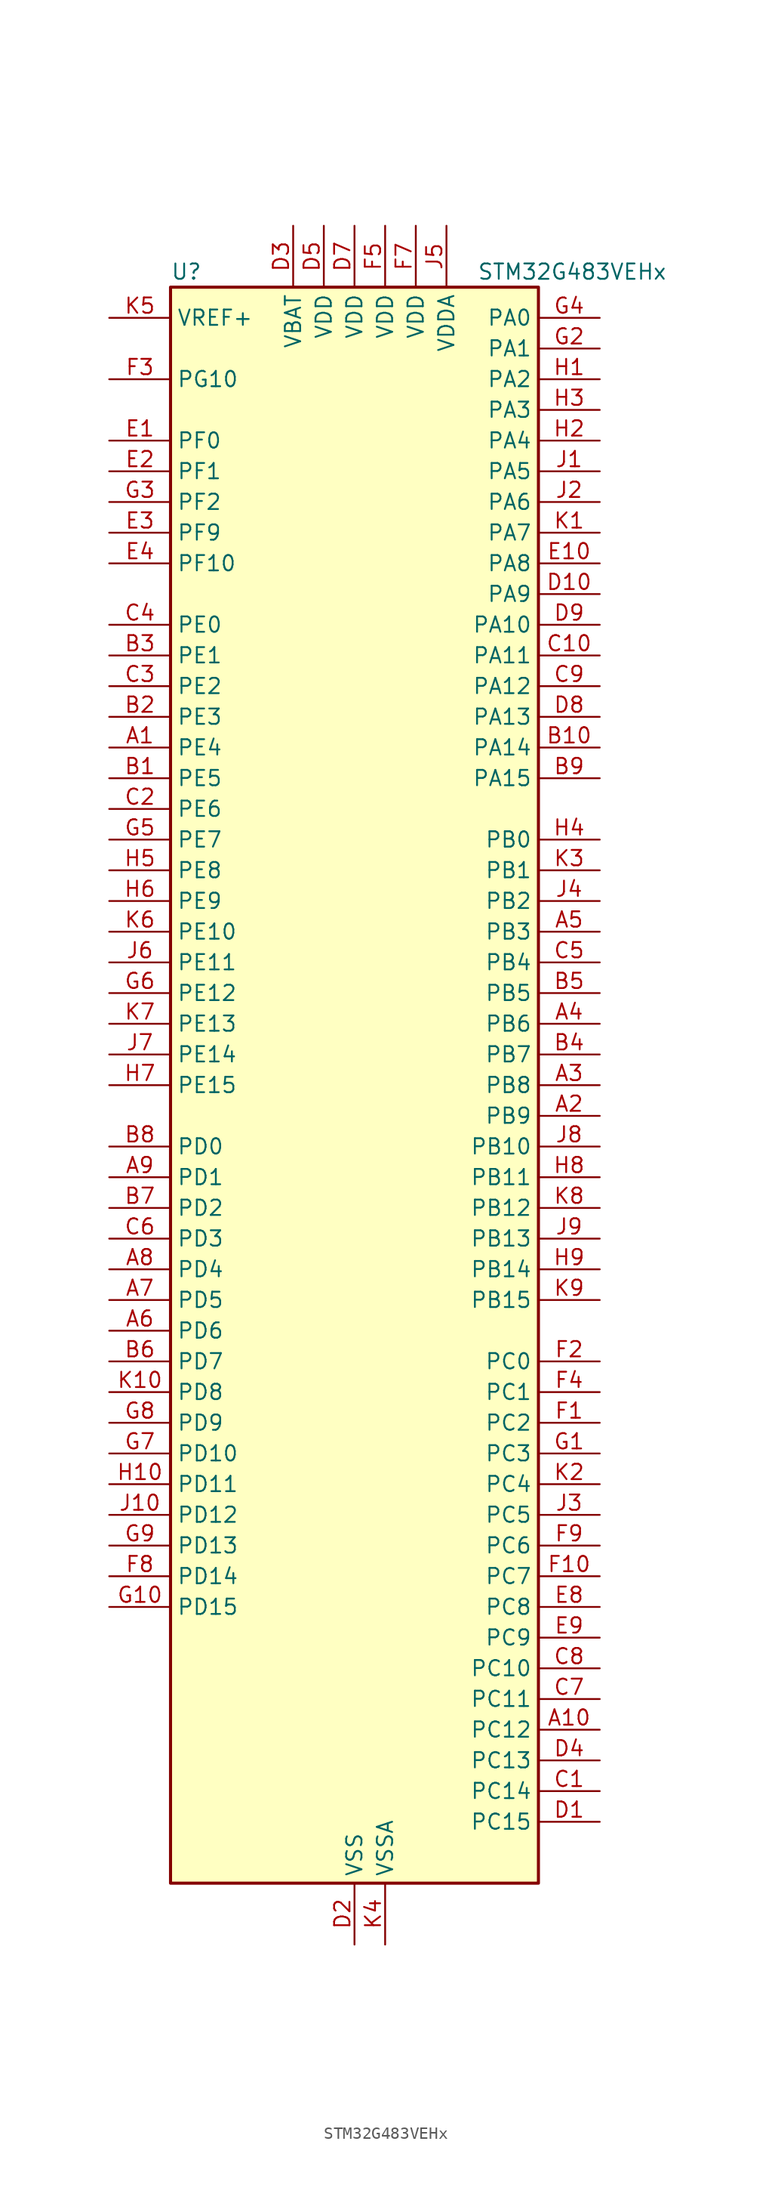
<source format=kicad_sym>
(kicad_symbol_lib
  (version 20220914)
  (generator kicad_symbol_editor)
  (symbol "STM32G483VEHx"
    (property "Reference" "U"
      (at -15.24 67.31 0)
      (effects (font (size 1.27 1.27)) (justify left)))
    (property "Value" "STM32G483VEHx"
      (at 10.16 67.31 0)
      (effects (font (size 1.27 1.27)) (justify left)))
    (property "ki_locked" ""
      (at 0 0 0)
      (effects (font (size 1.27 1.27))))
    (symbol "STM32G483VEHx_0_1"
      (rectangle (start -15.24 -66.04) (end 15.24 66.04) (stroke (width 0.254) (type default)) (fill (type background))))
    (symbol "STM32G483VEHx_1_1"
      (pin bidirectional line (at -20.32 27.94 0) (length 5.08) (name "PE4" (effects (font (size 1.27 1.27)))) (number "A1" (effects (font (size 1.27 1.27)))) (alternate "FMC_A20" bidirectional line) (alternate "SAI1_D2" bidirectional line) (alternate "SAI1_FS_A" bidirectional line) (alternate "SPI4_NSS" bidirectional line) (alternate "SYS_TRACED1" bidirectional line) (alternate "TIM20_CH1N" bidirectional line) (alternate "TIM3_CH3" bidirectional line))
      (pin bidirectional line (at 20.32 -53.34 180) (length 5.08) (name "PC12" (effects (font (size 1.27 1.27)))) (number "A10" (effects (font (size 1.27 1.27)))) (alternate "I2S3_SD" bidirectional line) (alternate "SPI3_MOSI" bidirectional line) (alternate "TIM5_CH2" bidirectional line) (alternate "TIM8_CH3N" bidirectional line) (alternate "UART5_TX" bidirectional line) (alternate "UCPD1_FRSTX1" bidirectional line) (alternate "UCPD1_FRSTX2" bidirectional line) (alternate "USART3_CK" bidirectional line))
      (pin bidirectional line (at 20.32 -2.54 180) (length 5.08) (name "PB9" (effects (font (size 1.27 1.27)))) (number "A2" (effects (font (size 1.27 1.27)))) (alternate "COMP2_OUT" bidirectional line) (alternate "DAC1_EXTI9" bidirectional line) (alternate "DAC2_EXTI9" bidirectional line) (alternate "DAC3_EXTI9" bidirectional line) (alternate "DAC4_EXTI9" bidirectional line) (alternate "FDCAN1_TX" bidirectional line) (alternate "I2C1_SDA" bidirectional line) (alternate "IR_OUT" bidirectional line) (alternate "SAI1_D2" bidirectional line) (alternate "SAI1_FS_A" bidirectional line) (alternate "TIM17_CH1" bidirectional line) (alternate "TIM1_CH3N" bidirectional line) (alternate "TIM4_CH4" bidirectional line) (alternate "TIM8_CH3" bidirectional line) (alternate "USART3_TX" bidirectional line))
      (pin bidirectional line (at 20.32 0 180) (length 5.08) (name "PB8" (effects (font (size 1.27 1.27)))) (number "A3" (effects (font (size 1.27 1.27)))) (alternate "COMP1_OUT" bidirectional line) (alternate "FDCAN1_RX" bidirectional line) (alternate "I2C1_SCL" bidirectional line) (alternate "SAI1_CK1" bidirectional line) (alternate "SAI1_MCLK_A" bidirectional line) (alternate "TIM16_CH1" bidirectional line) (alternate "TIM1_BKIN" bidirectional line) (alternate "TIM4_CH3" bidirectional line) (alternate "TIM8_CH2" bidirectional line) (alternate "USART3_RX" bidirectional line))
      (pin bidirectional line (at 20.32 5.08 180) (length 5.08) (name "PB6" (effects (font (size 1.27 1.27)))) (number "A4" (effects (font (size 1.27 1.27)))) (alternate "COMP4_OUT" bidirectional line) (alternate "FDCAN2_TX" bidirectional line) (alternate "LPTIM1_ETR" bidirectional line) (alternate "SAI1_FS_B" bidirectional line) (alternate "TIM16_CH1N" bidirectional line) (alternate "TIM4_CH1" bidirectional line) (alternate "TIM8_BKIN2" bidirectional line) (alternate "TIM8_CH1" bidirectional line) (alternate "TIM8_ETR" bidirectional line) (alternate "UCPD1_CC1" bidirectional line) (alternate "USART1_TX" bidirectional line))
      (pin bidirectional line (at 20.32 12.7 180) (length 5.08) (name "PB3" (effects (font (size 1.27 1.27)))) (number "A5" (effects (font (size 1.27 1.27)))) (alternate "ADC3_EXTI3" bidirectional line) (alternate "ADC4_EXTI3" bidirectional line) (alternate "ADC5_EXTI3" bidirectional line) (alternate "CRS_SYNC" bidirectional line) (alternate "FDCAN3_RX" bidirectional line) (alternate "I2S3_CK" bidirectional line) (alternate "SAI1_SCK_B" bidirectional line) (alternate "SPI1_SCK" bidirectional line) (alternate "SPI3_SCK" bidirectional line) (alternate "SYS_JTDO-SWO" bidirectional line) (alternate "TIM2_CH2" bidirectional line) (alternate "TIM3_ETR" bidirectional line) (alternate "TIM4_ETR" bidirectional line) (alternate "TIM8_CH1N" bidirectional line) (alternate "USART2_TX" bidirectional line))
      (pin bidirectional line (at -20.32 -20.32 0) (length 5.08) (name "PD6" (effects (font (size 1.27 1.27)))) (number "A6" (effects (font (size 1.27 1.27)))) (alternate "FMC_NWAIT" bidirectional line) (alternate "QUADSPI1_BK2_IO2" bidirectional line) (alternate "SAI1_D1" bidirectional line) (alternate "SAI1_SD_A" bidirectional line) (alternate "TIM2_CH4" bidirectional line) (alternate "USART2_RX" bidirectional line))
      (pin bidirectional line (at -20.32 -17.78 0) (length 5.08) (name "PD5" (effects (font (size 1.27 1.27)))) (number "A7" (effects (font (size 1.27 1.27)))) (alternate "FMC_NWE" bidirectional line) (alternate "QUADSPI1_BK2_IO1" bidirectional line) (alternate "USART2_TX" bidirectional line))
      (pin bidirectional line (at -20.32 -15.24 0) (length 5.08) (name "PD4" (effects (font (size 1.27 1.27)))) (number "A8" (effects (font (size 1.27 1.27)))) (alternate "FMC_NOE" bidirectional line) (alternate "QUADSPI1_BK2_IO0" bidirectional line) (alternate "TIM2_CH2" bidirectional line) (alternate "USART2_DE" bidirectional line) (alternate "USART2_RTS" bidirectional line))
      (pin bidirectional line (at -20.32 -7.62 0) (length 5.08) (name "PD1" (effects (font (size 1.27 1.27)))) (number "A9" (effects (font (size 1.27 1.27)))) (alternate "FDCAN1_TX" bidirectional line) (alternate "FMC_D3" bidirectional line) (alternate "FMC_DA3" bidirectional line) (alternate "TIM8_BKIN2" bidirectional line) (alternate "TIM8_CH4" bidirectional line))
      (pin bidirectional line (at -20.32 25.4 0) (length 5.08) (name "PE5" (effects (font (size 1.27 1.27)))) (number "B1" (effects (font (size 1.27 1.27)))) (alternate "FMC_A21" bidirectional line) (alternate "SAI1_CK2" bidirectional line) (alternate "SAI1_SCK_A" bidirectional line) (alternate "SPI4_MISO" bidirectional line) (alternate "SYS_TRACED2" bidirectional line) (alternate "TIM20_CH2N" bidirectional line) (alternate "TIM3_CH4" bidirectional line))
      (pin bidirectional line (at 20.32 27.94 180) (length 5.08) (name "PA14" (effects (font (size 1.27 1.27)))) (number "B10" (effects (font (size 1.27 1.27)))) (alternate "I2C1_SDA" bidirectional line) (alternate "I2C4_SMBA" bidirectional line) (alternate "LPTIM1_OUT" bidirectional line) (alternate "SAI1_FS_B" bidirectional line) (alternate "SYS_JTCK-SWCLK" bidirectional line) (alternate "TIM1_BKIN" bidirectional line) (alternate "TIM8_CH2" bidirectional line) (alternate "USART2_TX" bidirectional line))
      (pin bidirectional line (at -20.32 30.48 0) (length 5.08) (name "PE3" (effects (font (size 1.27 1.27)))) (number "B2" (effects (font (size 1.27 1.27)))) (alternate "ADC3_EXTI3" bidirectional line) (alternate "ADC4_EXTI3" bidirectional line) (alternate "ADC5_EXTI3" bidirectional line) (alternate "FMC_A19" bidirectional line) (alternate "SAI1_SD_B" bidirectional line) (alternate "SPI4_NSS" bidirectional line) (alternate "SYS_TRACED0" bidirectional line) (alternate "TIM20_CH2" bidirectional line) (alternate "TIM3_CH2" bidirectional line))
      (pin bidirectional line (at -20.32 35.56 0) (length 5.08) (name "PE1" (effects (font (size 1.27 1.27)))) (number "B3" (effects (font (size 1.27 1.27)))) (alternate "FMC_NBL1" bidirectional line) (alternate "TIM17_CH1" bidirectional line) (alternate "TIM20_CH4" bidirectional line) (alternate "USART1_RX" bidirectional line))
      (pin bidirectional line (at 20.32 2.54 180) (length 5.08) (name "PB7" (effects (font (size 1.27 1.27)))) (number "B4" (effects (font (size 1.27 1.27)))) (alternate "COMP3_OUT" bidirectional line) (alternate "FMC_NL" bidirectional line) (alternate "I2C1_SDA" bidirectional line) (alternate "I2C4_SDA" bidirectional line) (alternate "LPTIM1_IN2" bidirectional line) (alternate "SYS_PVD_IN" bidirectional line) (alternate "TIM17_CH1N" bidirectional line) (alternate "TIM3_CH4" bidirectional line) (alternate "TIM4_CH2" bidirectional line) (alternate "TIM8_BKIN" bidirectional line) (alternate "UART4_CTS" bidirectional line) (alternate "USART1_RX" bidirectional line))
      (pin bidirectional line (at 20.32 7.62 180) (length 5.08) (name "PB5" (effects (font (size 1.27 1.27)))) (number "B5" (effects (font (size 1.27 1.27)))) (alternate "FDCAN2_RX" bidirectional line) (alternate "I2C1_SMBA" bidirectional line) (alternate "I2C3_SDA" bidirectional line) (alternate "I2S3_SD" bidirectional line) (alternate "LPTIM1_IN1" bidirectional line) (alternate "SAI1_SD_B" bidirectional line) (alternate "SPI1_MOSI" bidirectional line) (alternate "SPI3_MOSI" bidirectional line) (alternate "TIM16_BKIN" bidirectional line) (alternate "TIM17_CH1" bidirectional line) (alternate "TIM3_CH2" bidirectional line) (alternate "TIM8_CH3N" bidirectional line) (alternate "UART5_CTS" bidirectional line) (alternate "USART2_CK" bidirectional line))
      (pin bidirectional line (at -20.32 -22.86 0) (length 5.08) (name "PD7" (effects (font (size 1.27 1.27)))) (number "B6" (effects (font (size 1.27 1.27)))) (alternate "FMC_NCE" bidirectional line) (alternate "FMC_NE1" bidirectional line) (alternate "QUADSPI1_BK2_IO3" bidirectional line) (alternate "TIM2_CH3" bidirectional line) (alternate "USART2_CK" bidirectional line))
      (pin bidirectional line (at -20.32 -10.16 0) (length 5.08) (name "PD2" (effects (font (size 1.27 1.27)))) (number "B7" (effects (font (size 1.27 1.27)))) (alternate "ADC3_EXTI2" bidirectional line) (alternate "ADC4_EXTI2" bidirectional line) (alternate "ADC5_EXTI2" bidirectional line) (alternate "TIM3_ETR" bidirectional line) (alternate "TIM8_BKIN" bidirectional line) (alternate "UART5_RX" bidirectional line))
      (pin bidirectional line (at -20.32 -5.08 0) (length 5.08) (name "PD0" (effects (font (size 1.27 1.27)))) (number "B8" (effects (font (size 1.27 1.27)))) (alternate "FDCAN1_RX" bidirectional line) (alternate "FMC_D2" bidirectional line) (alternate "FMC_DA2" bidirectional line) (alternate "TIM8_CH4N" bidirectional line))
      (pin bidirectional line (at 20.32 25.4 180) (length 5.08) (name "PA15" (effects (font (size 1.27 1.27)))) (number "B9" (effects (font (size 1.27 1.27)))) (alternate "ADC1_EXTI15" bidirectional line) (alternate "ADC2_EXTI15" bidirectional line) (alternate "FDCAN3_TX" bidirectional line) (alternate "I2C1_SCL" bidirectional line) (alternate "I2S3_WS" bidirectional line) (alternate "SPI1_NSS" bidirectional line) (alternate "SPI3_NSS" bidirectional line) (alternate "SYS_JTDI" bidirectional line) (alternate "TIM1_BKIN" bidirectional line) (alternate "TIM2_CH1" bidirectional line) (alternate "TIM2_ETR" bidirectional line) (alternate "TIM8_CH1" bidirectional line) (alternate "UART4_DE" bidirectional line) (alternate "UART4_RTS" bidirectional line) (alternate "USART2_RX" bidirectional line))
      (pin bidirectional line (at 20.32 -58.42 180) (length 5.08) (name "PC14" (effects (font (size 1.27 1.27)))) (number "C1" (effects (font (size 1.27 1.27)))) (alternate "RCC_OSC32_IN" bidirectional line))
      (pin bidirectional line (at 20.32 35.56 180) (length 5.08) (name "PA11" (effects (font (size 1.27 1.27)))) (number "C10" (effects (font (size 1.27 1.27)))) (alternate "ADC1_EXTI11" bidirectional line) (alternate "ADC2_EXTI11" bidirectional line) (alternate "COMP1_OUT" bidirectional line) (alternate "FDCAN1_RX" bidirectional line) (alternate "I2S2_SD" bidirectional line) (alternate "SPI2_MOSI" bidirectional line) (alternate "TIM1_BKIN2" bidirectional line) (alternate "TIM1_CH1N" bidirectional line) (alternate "TIM1_CH4" bidirectional line) (alternate "TIM4_CH1" bidirectional line) (alternate "USART1_CTS" bidirectional line) (alternate "USART1_NSS" bidirectional line) (alternate "USB_DM" bidirectional line))
      (pin bidirectional line (at -20.32 22.86 0) (length 5.08) (name "PE6" (effects (font (size 1.27 1.27)))) (number "C2" (effects (font (size 1.27 1.27)))) (alternate "FMC_A22" bidirectional line) (alternate "RTC_TAMP3" bidirectional line) (alternate "SAI1_D1" bidirectional line) (alternate "SAI1_SD_A" bidirectional line) (alternate "SPI4_MOSI" bidirectional line) (alternate "SYS_TRACED3" bidirectional line) (alternate "SYS_WKUP3" bidirectional line) (alternate "TIM20_CH3N" bidirectional line))
      (pin bidirectional line (at -20.32 33.02 0) (length 5.08) (name "PE2" (effects (font (size 1.27 1.27)))) (number "C3" (effects (font (size 1.27 1.27)))) (alternate "ADC3_EXTI2" bidirectional line) (alternate "ADC4_EXTI2" bidirectional line) (alternate "ADC5_EXTI2" bidirectional line) (alternate "FMC_A23" bidirectional line) (alternate "SAI1_CK1" bidirectional line) (alternate "SAI1_MCLK_A" bidirectional line) (alternate "SPI4_SCK" bidirectional line) (alternate "SYS_TRACECLK" bidirectional line) (alternate "TIM20_CH1" bidirectional line) (alternate "TIM3_CH1" bidirectional line))
      (pin bidirectional line (at -20.32 38.1 0) (length 5.08) (name "PE0" (effects (font (size 1.27 1.27)))) (number "C4" (effects (font (size 1.27 1.27)))) (alternate "FMC_NBL0" bidirectional line) (alternate "TIM16_CH1" bidirectional line) (alternate "TIM20_CH4N" bidirectional line) (alternate "TIM20_ETR" bidirectional line) (alternate "TIM4_ETR" bidirectional line) (alternate "USART1_TX" bidirectional line))
      (pin bidirectional line (at 20.32 10.16 180) (length 5.08) (name "PB4" (effects (font (size 1.27 1.27)))) (number "C5" (effects (font (size 1.27 1.27)))) (alternate "FDCAN3_TX" bidirectional line) (alternate "SAI1_MCLK_B" bidirectional line) (alternate "SPI1_MISO" bidirectional line) (alternate "SPI3_MISO" bidirectional line) (alternate "SYS_JTRST" bidirectional line) (alternate "TIM16_CH1" bidirectional line) (alternate "TIM17_BKIN" bidirectional line) (alternate "TIM3_CH1" bidirectional line) (alternate "TIM8_CH2N" bidirectional line) (alternate "UART5_DE" bidirectional line) (alternate "UART5_RTS" bidirectional line) (alternate "UCPD1_CC2" bidirectional line) (alternate "USART2_RX" bidirectional line))
      (pin bidirectional line (at -20.32 -12.7 0) (length 5.08) (name "PD3" (effects (font (size 1.27 1.27)))) (number "C6" (effects (font (size 1.27 1.27)))) (alternate "ADC3_EXTI3" bidirectional line) (alternate "ADC4_EXTI3" bidirectional line) (alternate "ADC5_EXTI3" bidirectional line) (alternate "FMC_CLK" bidirectional line) (alternate "QUADSPI1_BK2_NCS" bidirectional line) (alternate "TIM2_CH1" bidirectional line) (alternate "TIM2_ETR" bidirectional line) (alternate "USART2_CTS" bidirectional line) (alternate "USART2_NSS" bidirectional line))
      (pin bidirectional line (at 20.32 -50.8 180) (length 5.08) (name "PC11" (effects (font (size 1.27 1.27)))) (number "C7" (effects (font (size 1.27 1.27)))) (alternate "ADC1_EXTI11" bidirectional line) (alternate "ADC2_EXTI11" bidirectional line) (alternate "I2C3_SDA" bidirectional line) (alternate "SPI3_MISO" bidirectional line) (alternate "TIM8_CH2N" bidirectional line) (alternate "UART4_RX" bidirectional line) (alternate "USART3_RX" bidirectional line))
      (pin bidirectional line (at 20.32 -48.26 180) (length 5.08) (name "PC10" (effects (font (size 1.27 1.27)))) (number "C8" (effects (font (size 1.27 1.27)))) (alternate "DAC1_EXTI10" bidirectional line) (alternate "DAC2_EXTI10" bidirectional line) (alternate "DAC3_EXTI10" bidirectional line) (alternate "DAC4_EXTI10" bidirectional line) (alternate "I2S3_CK" bidirectional line) (alternate "SPI3_SCK" bidirectional line) (alternate "TIM8_CH1N" bidirectional line) (alternate "UART4_TX" bidirectional line) (alternate "USART3_TX" bidirectional line))
      (pin bidirectional line (at 20.32 33.02 180) (length 5.08) (name "PA12" (effects (font (size 1.27 1.27)))) (number "C9" (effects (font (size 1.27 1.27)))) (alternate "COMP2_OUT" bidirectional line) (alternate "FDCAN1_TX" bidirectional line) (alternate "I2S_CKIN" bidirectional line) (alternate "TIM16_CH1" bidirectional line) (alternate "TIM1_CH2N" bidirectional line) (alternate "TIM1_ETR" bidirectional line) (alternate "TIM4_CH2" bidirectional line) (alternate "USART1_DE" bidirectional line) (alternate "USART1_RTS" bidirectional line) (alternate "USB_DP" bidirectional line))
      (pin bidirectional line (at 20.32 -60.96 180) (length 5.08) (name "PC15" (effects (font (size 1.27 1.27)))) (number "D1" (effects (font (size 1.27 1.27)))) (alternate "ADC1_EXTI15" bidirectional line) (alternate "ADC2_EXTI15" bidirectional line) (alternate "RCC_OSC32_OUT" bidirectional line))
      (pin bidirectional line (at 20.32 40.64 180) (length 5.08) (name "PA9" (effects (font (size 1.27 1.27)))) (number "D10" (effects (font (size 1.27 1.27)))) (alternate "ADC5_IN2" bidirectional line) (alternate "COMP5_OUT" bidirectional line) (alternate "DAC1_EXTI9" bidirectional line) (alternate "DAC2_EXTI9" bidirectional line) (alternate "DAC3_EXTI9" bidirectional line) (alternate "DAC4_EXTI9" bidirectional line) (alternate "I2C2_SCL" bidirectional line) (alternate "I2C3_SMBA" bidirectional line) (alternate "I2S3_MCK" bidirectional line) (alternate "SAI1_FS_A" bidirectional line) (alternate "TIM15_BKIN" bidirectional line) (alternate "TIM1_CH2" bidirectional line) (alternate "TIM2_CH3" bidirectional line) (alternate "UCPD1_DBCC1" bidirectional line) (alternate "USART1_TX" bidirectional line))
      (pin power_in line (at 0 -71.12 90) (length 5.08) (name "VSS" (effects (font (size 1.27 1.27)))) (number "D2" (effects (font (size 1.27 1.27)))))
      (pin power_in line (at -5.08 71.12 270) (length 5.08) (name "VBAT" (effects (font (size 1.27 1.27)))) (number "D3" (effects (font (size 1.27 1.27)))))
      (pin bidirectional line (at 20.32 -55.88 180) (length 5.08) (name "PC13" (effects (font (size 1.27 1.27)))) (number "D4" (effects (font (size 1.27 1.27)))) (alternate "RTC_OUT1" bidirectional line) (alternate "RTC_TAMP1" bidirectional line) (alternate "RTC_TS" bidirectional line) (alternate "SYS_WKUP2" bidirectional line) (alternate "TIM1_BKIN" bidirectional line) (alternate "TIM1_CH1N" bidirectional line) (alternate "TIM8_CH4N" bidirectional line))
      (pin power_in line (at -2.54 71.12 270) (length 5.08) (name "VDD" (effects (font (size 1.27 1.27)))) (number "D5" (effects (font (size 1.27 1.27)))))
      (pin passive line (at 0 -71.12 90) (length 5.08) hide (name "VSS" (effects (font (size 1.27 1.27)))) (number "D6" (effects (font (size 1.27 1.27)))))
      (pin power_in line (at 0 71.12 270) (length 5.08) (name "VDD" (effects (font (size 1.27 1.27)))) (number "D7" (effects (font (size 1.27 1.27)))))
      (pin bidirectional line (at 20.32 30.48 180) (length 5.08) (name "PA13" (effects (font (size 1.27 1.27)))) (number "D8" (effects (font (size 1.27 1.27)))) (alternate "I2C1_SCL" bidirectional line) (alternate "I2C4_SCL" bidirectional line) (alternate "IR_OUT" bidirectional line) (alternate "SAI1_SD_B" bidirectional line) (alternate "SYS_JTMS-SWDIO" bidirectional line) (alternate "TIM16_CH1N" bidirectional line) (alternate "TIM4_CH3" bidirectional line) (alternate "USART3_CTS" bidirectional line) (alternate "USART3_NSS" bidirectional line))
      (pin bidirectional line (at 20.32 38.1 180) (length 5.08) (name "PA10" (effects (font (size 1.27 1.27)))) (number "D9" (effects (font (size 1.27 1.27)))) (alternate "COMP6_OUT" bidirectional line) (alternate "CRS_SYNC" bidirectional line) (alternate "DAC1_EXTI10" bidirectional line) (alternate "DAC2_EXTI10" bidirectional line) (alternate "DAC3_EXTI10" bidirectional line) (alternate "DAC4_EXTI10" bidirectional line) (alternate "I2C2_SMBA" bidirectional line) (alternate "SAI1_D1" bidirectional line) (alternate "SAI1_SD_A" bidirectional line) (alternate "SPI2_MISO" bidirectional line) (alternate "TIM17_BKIN" bidirectional line) (alternate "TIM1_CH3" bidirectional line) (alternate "TIM2_CH4" bidirectional line) (alternate "TIM8_BKIN" bidirectional line) (alternate "UCPD1_DBCC2" bidirectional line) (alternate "USART1_RX" bidirectional line))
      (pin bidirectional line (at -20.32 53.34 0) (length 5.08) (name "PF0" (effects (font (size 1.27 1.27)))) (number "E1" (effects (font (size 1.27 1.27)))) (alternate "ADC1_IN10" bidirectional line) (alternate "I2C2_SDA" bidirectional line) (alternate "I2S2_WS" bidirectional line) (alternate "RCC_OSC_IN" bidirectional line) (alternate "SPI2_NSS" bidirectional line) (alternate "TIM1_CH3N" bidirectional line))
      (pin bidirectional line (at 20.32 43.18 180) (length 5.08) (name "PA8" (effects (font (size 1.27 1.27)))) (number "E10" (effects (font (size 1.27 1.27)))) (alternate "ADC5_IN1" bidirectional line) (alternate "COMP7_OUT" bidirectional line) (alternate "FDCAN3_RX" bidirectional line) (alternate "I2C2_SDA" bidirectional line) (alternate "I2C3_SCL" bidirectional line) (alternate "I2S2_MCK" bidirectional line) (alternate "OPAMP5_VOUT" bidirectional line) (alternate "RCC_MCO" bidirectional line) (alternate "SAI1_CK2" bidirectional line) (alternate "SAI1_SCK_A" bidirectional line) (alternate "TIM1_CH1" bidirectional line) (alternate "TIM4_ETR" bidirectional line) (alternate "USART1_CK" bidirectional line))
      (pin bidirectional line (at -20.32 50.8 0) (length 5.08) (name "PF1" (effects (font (size 1.27 1.27)))) (number "E2" (effects (font (size 1.27 1.27)))) (alternate "ADC2_IN10" bidirectional line) (alternate "COMP3_INM" bidirectional line) (alternate "I2S2_CK" bidirectional line) (alternate "RCC_OSC_OUT" bidirectional line) (alternate "SPI2_SCK" bidirectional line))
      (pin bidirectional line (at -20.32 45.72 0) (length 5.08) (name "PF9" (effects (font (size 1.27 1.27)))) (number "E3" (effects (font (size 1.27 1.27)))) (alternate "DAC1_EXTI9" bidirectional line) (alternate "DAC2_EXTI9" bidirectional line) (alternate "DAC3_EXTI9" bidirectional line) (alternate "DAC4_EXTI9" bidirectional line) (alternate "FMC_A25" bidirectional line) (alternate "QUADSPI1_BK1_IO1" bidirectional line) (alternate "SAI1_FS_B" bidirectional line) (alternate "SPI2_SCK" bidirectional line) (alternate "TIM15_CH1" bidirectional line) (alternate "TIM20_BKIN" bidirectional line) (alternate "TIM5_CH4" bidirectional line))
      (pin bidirectional line (at -20.32 43.18 0) (length 5.08) (name "PF10" (effects (font (size 1.27 1.27)))) (number "E4" (effects (font (size 1.27 1.27)))) (alternate "DAC1_EXTI10" bidirectional line) (alternate "DAC2_EXTI10" bidirectional line) (alternate "DAC3_EXTI10" bidirectional line) (alternate "DAC4_EXTI10" bidirectional line) (alternate "FMC_A0" bidirectional line) (alternate "QUADSPI1_CLK" bidirectional line) (alternate "SAI1_D3" bidirectional line) (alternate "SPI2_SCK" bidirectional line) (alternate "TIM15_CH2" bidirectional line) (alternate "TIM20_BKIN2" bidirectional line))
      (pin passive line (at 0 -71.12 90) (length 5.08) hide (name "VSS" (effects (font (size 1.27 1.27)))) (number "E5" (effects (font (size 1.27 1.27)))))
      (pin passive line (at 0 -71.12 90) (length 5.08) hide (name "VSS" (effects (font (size 1.27 1.27)))) (number "E6" (effects (font (size 1.27 1.27)))))
      (pin passive line (at 0 -71.12 90) (length 5.08) hide (name "VSS" (effects (font (size 1.27 1.27)))) (number "E7" (effects (font (size 1.27 1.27)))))
      (pin bidirectional line (at 20.32 -43.18 180) (length 5.08) (name "PC8" (effects (font (size 1.27 1.27)))) (number "E8" (effects (font (size 1.27 1.27)))) (alternate "COMP7_OUT" bidirectional line) (alternate "I2C3_SCL" bidirectional line) (alternate "TIM20_CH3" bidirectional line) (alternate "TIM3_CH3" bidirectional line) (alternate "TIM8_CH3" bidirectional line))
      (pin bidirectional line (at 20.32 -45.72 180) (length 5.08) (name "PC9" (effects (font (size 1.27 1.27)))) (number "E9" (effects (font (size 1.27 1.27)))) (alternate "DAC1_EXTI9" bidirectional line) (alternate "DAC2_EXTI9" bidirectional line) (alternate "DAC3_EXTI9" bidirectional line) (alternate "DAC4_EXTI9" bidirectional line) (alternate "I2C3_SDA" bidirectional line) (alternate "I2S_CKIN" bidirectional line) (alternate "TIM3_CH4" bidirectional line) (alternate "TIM8_BKIN2" bidirectional line) (alternate "TIM8_CH4" bidirectional line))
      (pin bidirectional line (at 20.32 -27.94 180) (length 5.08) (name "PC2" (effects (font (size 1.27 1.27)))) (number "F1" (effects (font (size 1.27 1.27)))) (alternate "ADC1_IN8" bidirectional line) (alternate "ADC2_IN8" bidirectional line) (alternate "ADC3_EXTI2" bidirectional line) (alternate "ADC4_EXTI2" bidirectional line) (alternate "ADC5_EXTI2" bidirectional line) (alternate "COMP3_OUT" bidirectional line) (alternate "LPTIM1_IN2" bidirectional line) (alternate "QUADSPI1_BK2_IO1" bidirectional line) (alternate "TIM1_CH3" bidirectional line) (alternate "TIM20_CH2" bidirectional line))
      (pin bidirectional line (at 20.32 -40.64 180) (length 5.08) (name "PC7" (effects (font (size 1.27 1.27)))) (number "F10" (effects (font (size 1.27 1.27)))) (alternate "COMP5_OUT" bidirectional line) (alternate "I2C4_SDA" bidirectional line) (alternate "I2S3_MCK" bidirectional line) (alternate "TIM3_CH2" bidirectional line) (alternate "TIM8_CH2" bidirectional line))
      (pin bidirectional line (at 20.32 -22.86 180) (length 5.08) (name "PC0" (effects (font (size 1.27 1.27)))) (number "F2" (effects (font (size 1.27 1.27)))) (alternate "ADC1_IN6" bidirectional line) (alternate "ADC2_IN6" bidirectional line) (alternate "COMP3_INM" bidirectional line) (alternate "LPTIM1_IN1" bidirectional line) (alternate "LPUART1_RX" bidirectional line) (alternate "TIM1_CH1" bidirectional line))
      (pin bidirectional line (at -20.32 58.42 0) (length 5.08) (name "PG10" (effects (font (size 1.27 1.27)))) (number "F3" (effects (font (size 1.27 1.27)))) (alternate "DAC1_EXTI10" bidirectional line) (alternate "DAC2_EXTI10" bidirectional line) (alternate "DAC3_EXTI10" bidirectional line) (alternate "DAC4_EXTI10" bidirectional line) (alternate "RCC_MCO" bidirectional line))
      (pin bidirectional line (at 20.32 -25.4 180) (length 5.08) (name "PC1" (effects (font (size 1.27 1.27)))) (number "F4" (effects (font (size 1.27 1.27)))) (alternate "ADC1_IN7" bidirectional line) (alternate "ADC2_IN7" bidirectional line) (alternate "COMP3_INP" bidirectional line) (alternate "LPTIM1_OUT" bidirectional line) (alternate "LPUART1_TX" bidirectional line) (alternate "QUADSPI1_BK2_IO0" bidirectional line) (alternate "SAI1_SD_A" bidirectional line) (alternate "TIM1_CH2" bidirectional line))
      (pin power_in line (at 2.54 71.12 270) (length 5.08) (name "VDD" (effects (font (size 1.27 1.27)))) (number "F5" (effects (font (size 1.27 1.27)))))
      (pin passive line (at 0 -71.12 90) (length 5.08) hide (name "VSS" (effects (font (size 1.27 1.27)))) (number "F6" (effects (font (size 1.27 1.27)))))
      (pin power_in line (at 5.08 71.12 270) (length 5.08) (name "VDD" (effects (font (size 1.27 1.27)))) (number "F7" (effects (font (size 1.27 1.27)))))
      (pin bidirectional line (at -20.32 -40.64 0) (length 5.08) (name "PD14" (effects (font (size 1.27 1.27)))) (number "F8" (effects (font (size 1.27 1.27)))) (alternate "ADC3_IN11" bidirectional line) (alternate "ADC4_IN11" bidirectional line) (alternate "ADC5_IN11" bidirectional line) (alternate "COMP7_INP" bidirectional line) (alternate "FMC_D0" bidirectional line) (alternate "FMC_DA0" bidirectional line) (alternate "OPAMP2_VINP" bidirectional line) (alternate "OPAMP2_VINP_SEC" bidirectional line) (alternate "TIM4_CH3" bidirectional line))
      (pin bidirectional line (at 20.32 -38.1 180) (length 5.08) (name "PC6" (effects (font (size 1.27 1.27)))) (number "F9" (effects (font (size 1.27 1.27)))) (alternate "COMP6_OUT" bidirectional line) (alternate "I2C4_SCL" bidirectional line) (alternate "I2S2_MCK" bidirectional line) (alternate "TIM3_CH1" bidirectional line) (alternate "TIM8_CH1" bidirectional line))
      (pin bidirectional line (at 20.32 -30.48 180) (length 5.08) (name "PC3" (effects (font (size 1.27 1.27)))) (number "G1" (effects (font (size 1.27 1.27)))) (alternate "ADC1_IN9" bidirectional line) (alternate "ADC2_IN9" bidirectional line) (alternate "ADC3_EXTI3" bidirectional line) (alternate "ADC4_EXTI3" bidirectional line) (alternate "ADC5_EXTI3" bidirectional line) (alternate "LPTIM1_ETR" bidirectional line) (alternate "OPAMP5_VINP" bidirectional line) (alternate "OPAMP5_VINP_SEC" bidirectional line) (alternate "QUADSPI1_BK2_IO2" bidirectional line) (alternate "SAI1_D1" bidirectional line) (alternate "SAI1_SD_A" bidirectional line) (alternate "TIM1_BKIN2" bidirectional line) (alternate "TIM1_CH4" bidirectional line))
      (pin bidirectional line (at -20.32 -43.18 0) (length 5.08) (name "PD15" (effects (font (size 1.27 1.27)))) (number "G10" (effects (font (size 1.27 1.27)))) (alternate "ADC1_EXTI15" bidirectional line) (alternate "ADC2_EXTI15" bidirectional line) (alternate "COMP7_INM" bidirectional line) (alternate "FMC_D1" bidirectional line) (alternate "FMC_DA1" bidirectional line) (alternate "SPI2_NSS" bidirectional line) (alternate "TIM4_CH4" bidirectional line))
      (pin bidirectional line (at 20.32 60.96 180) (length 5.08) (name "PA1" (effects (font (size 1.27 1.27)))) (number "G2" (effects (font (size 1.27 1.27)))) (alternate "ADC1_IN2" bidirectional line) (alternate "ADC2_IN2" bidirectional line) (alternate "COMP1_INP" bidirectional line) (alternate "OPAMP1_VINP" bidirectional line) (alternate "OPAMP1_VINP_SEC" bidirectional line) (alternate "OPAMP3_VINP" bidirectional line) (alternate "OPAMP3_VINP_SEC" bidirectional line) (alternate "OPAMP6_VINM" bidirectional line) (alternate "OPAMP6_VINM0" bidirectional line) (alternate "OPAMP6_VINM_SEC" bidirectional line) (alternate "RTC_REFIN" bidirectional line) (alternate "TIM15_CH1N" bidirectional line) (alternate "TIM2_CH2" bidirectional line) (alternate "TIM5_CH2" bidirectional line) (alternate "USART2_DE" bidirectional line) (alternate "USART2_RTS" bidirectional line))
      (pin bidirectional line (at -20.32 48.26 0) (length 5.08) (name "PF2" (effects (font (size 1.27 1.27)))) (number "G3" (effects (font (size 1.27 1.27)))) (alternate "ADC3_EXTI2" bidirectional line) (alternate "ADC4_EXTI2" bidirectional line) (alternate "ADC5_EXTI2" bidirectional line) (alternate "FMC_A2" bidirectional line) (alternate "I2C2_SMBA" bidirectional line) (alternate "TIM20_CH3" bidirectional line))
      (pin bidirectional line (at 20.32 63.5 180) (length 5.08) (name "PA0" (effects (font (size 1.27 1.27)))) (number "G4" (effects (font (size 1.27 1.27)))) (alternate "ADC1_IN1" bidirectional line) (alternate "ADC2_IN1" bidirectional line) (alternate "COMP1_INM" bidirectional line) (alternate "COMP1_OUT" bidirectional line) (alternate "COMP3_INP" bidirectional line) (alternate "RTC_TAMP2" bidirectional line) (alternate "SYS_WKUP1" bidirectional line) (alternate "TIM2_CH1" bidirectional line) (alternate "TIM2_ETR" bidirectional line) (alternate "TIM5_CH1" bidirectional line) (alternate "TIM8_BKIN" bidirectional line) (alternate "TIM8_ETR" bidirectional line) (alternate "USART2_CTS" bidirectional line) (alternate "USART2_NSS" bidirectional line))
      (pin bidirectional line (at -20.32 20.32 0) (length 5.08) (name "PE7" (effects (font (size 1.27 1.27)))) (number "G5" (effects (font (size 1.27 1.27)))) (alternate "ADC3_IN4" bidirectional line) (alternate "COMP4_INP" bidirectional line) (alternate "FMC_D4" bidirectional line) (alternate "FMC_DA4" bidirectional line) (alternate "SAI1_SD_B" bidirectional line) (alternate "TIM1_ETR" bidirectional line))
      (pin bidirectional line (at -20.32 7.62 0) (length 5.08) (name "PE12" (effects (font (size 1.27 1.27)))) (number "G6" (effects (font (size 1.27 1.27)))) (alternate "ADC3_IN16" bidirectional line) (alternate "ADC4_IN16" bidirectional line) (alternate "ADC5_IN16" bidirectional line) (alternate "FMC_D9" bidirectional line) (alternate "FMC_DA9" bidirectional line) (alternate "QUADSPI1_BK1_IO0" bidirectional line) (alternate "SPI4_SCK" bidirectional line) (alternate "TIM1_CH3N" bidirectional line))
      (pin bidirectional line (at -20.32 -30.48 0) (length 5.08) (name "PD10" (effects (font (size 1.27 1.27)))) (number "G7" (effects (font (size 1.27 1.27)))) (alternate "ADC3_IN7" bidirectional line) (alternate "ADC4_IN7" bidirectional line) (alternate "ADC5_IN7" bidirectional line) (alternate "COMP6_INM" bidirectional line) (alternate "DAC1_EXTI10" bidirectional line) (alternate "DAC2_EXTI10" bidirectional line) (alternate "DAC3_EXTI10" bidirectional line) (alternate "DAC4_EXTI10" bidirectional line) (alternate "FMC_D15" bidirectional line) (alternate "FMC_DA15" bidirectional line) (alternate "USART3_CK" bidirectional line))
      (pin bidirectional line (at -20.32 -27.94 0) (length 5.08) (name "PD9" (effects (font (size 1.27 1.27)))) (number "G8" (effects (font (size 1.27 1.27)))) (alternate "ADC4_IN13" bidirectional line) (alternate "ADC5_IN13" bidirectional line) (alternate "DAC1_EXTI9" bidirectional line) (alternate "DAC2_EXTI9" bidirectional line) (alternate "DAC3_EXTI9" bidirectional line) (alternate "DAC4_EXTI9" bidirectional line) (alternate "FMC_D14" bidirectional line) (alternate "FMC_DA14" bidirectional line) (alternate "OPAMP6_VINP" bidirectional line) (alternate "OPAMP6_VINP_SEC" bidirectional line) (alternate "USART3_RX" bidirectional line))
      (pin bidirectional line (at -20.32 -38.1 0) (length 5.08) (name "PD13" (effects (font (size 1.27 1.27)))) (number "G9" (effects (font (size 1.27 1.27)))) (alternate "ADC3_IN10" bidirectional line) (alternate "ADC4_IN10" bidirectional line) (alternate "ADC5_IN10" bidirectional line) (alternate "COMP5_INM" bidirectional line) (alternate "FMC_A18" bidirectional line) (alternate "TIM4_CH2" bidirectional line))
      (pin bidirectional line (at 20.32 58.42 180) (length 5.08) (name "PA2" (effects (font (size 1.27 1.27)))) (number "H1" (effects (font (size 1.27 1.27)))) (alternate "ADC1_IN3" bidirectional line) (alternate "ADC3_EXTI2" bidirectional line) (alternate "ADC4_EXTI2" bidirectional line) (alternate "ADC5_EXTI2" bidirectional line) (alternate "COMP2_INM" bidirectional line) (alternate "COMP2_OUT" bidirectional line) (alternate "LPUART1_TX" bidirectional line) (alternate "OPAMP1_VOUT" bidirectional line) (alternate "QUADSPI1_BK1_NCS" bidirectional line) (alternate "RCC_LSCO" bidirectional line) (alternate "SYS_WKUP4" bidirectional line) (alternate "TIM15_CH1" bidirectional line) (alternate "TIM2_CH3" bidirectional line) (alternate "TIM5_CH3" bidirectional line) (alternate "UCPD1_FRSTX1" bidirectional line) (alternate "UCPD1_FRSTX2" bidirectional line) (alternate "USART2_TX" bidirectional line))
      (pin bidirectional line (at -20.32 -33.02 0) (length 5.08) (name "PD11" (effects (font (size 1.27 1.27)))) (number "H10" (effects (font (size 1.27 1.27)))) (alternate "ADC1_EXTI11" bidirectional line) (alternate "ADC2_EXTI11" bidirectional line) (alternate "ADC3_IN8" bidirectional line) (alternate "ADC4_IN8" bidirectional line) (alternate "ADC5_IN8" bidirectional line) (alternate "COMP6_INP" bidirectional line) (alternate "FMC_A16" bidirectional line) (alternate "FMC_CLE" bidirectional line) (alternate "I2C4_SMBA" bidirectional line) (alternate "OPAMP4_VINP" bidirectional line) (alternate "OPAMP4_VINP_SEC" bidirectional line) (alternate "TIM5_ETR" bidirectional line) (alternate "USART3_CTS" bidirectional line) (alternate "USART3_NSS" bidirectional line))
      (pin bidirectional line (at 20.32 53.34 180) (length 5.08) (name "PA4" (effects (font (size 1.27 1.27)))) (number "H2" (effects (font (size 1.27 1.27)))) (alternate "ADC2_IN17" bidirectional line) (alternate "COMP1_INM" bidirectional line) (alternate "DAC1_OUT1" bidirectional line) (alternate "I2S3_WS" bidirectional line) (alternate "SAI1_FS_B" bidirectional line) (alternate "SPI1_NSS" bidirectional line) (alternate "SPI3_NSS" bidirectional line) (alternate "TIM3_CH2" bidirectional line) (alternate "USART2_CK" bidirectional line))
      (pin bidirectional line (at 20.32 55.88 180) (length 5.08) (name "PA3" (effects (font (size 1.27 1.27)))) (number "H3" (effects (font (size 1.27 1.27)))) (alternate "ADC1_IN4" bidirectional line) (alternate "ADC3_EXTI3" bidirectional line) (alternate "ADC4_EXTI3" bidirectional line) (alternate "ADC5_EXTI3" bidirectional line) (alternate "COMP2_INP" bidirectional line) (alternate "LPUART1_RX" bidirectional line) (alternate "OPAMP1_VINM" bidirectional line) (alternate "OPAMP1_VINM0" bidirectional line) (alternate "OPAMP1_VINM_SEC" bidirectional line) (alternate "OPAMP1_VINP" bidirectional line) (alternate "OPAMP1_VINP_SEC" bidirectional line) (alternate "OPAMP5_VINM" bidirectional line) (alternate "OPAMP5_VINM1" bidirectional line) (alternate "OPAMP5_VINM_SEC" bidirectional line) (alternate "QUADSPI1_CLK" bidirectional line) (alternate "SAI1_CK1" bidirectional line) (alternate "SAI1_MCLK_A" bidirectional line) (alternate "TIM15_CH2" bidirectional line) (alternate "TIM2_CH4" bidirectional line) (alternate "TIM5_CH4" bidirectional line) (alternate "USART2_RX" bidirectional line))
      (pin bidirectional line (at 20.32 20.32 180) (length 5.08) (name "PB0" (effects (font (size 1.27 1.27)))) (number "H4" (effects (font (size 1.27 1.27)))) (alternate "ADC1_IN15" bidirectional line) (alternate "ADC3_IN12" bidirectional line) (alternate "COMP4_INP" bidirectional line) (alternate "OPAMP2_VINP" bidirectional line) (alternate "OPAMP2_VINP_SEC" bidirectional line) (alternate "OPAMP3_VINP" bidirectional line) (alternate "OPAMP3_VINP_SEC" bidirectional line) (alternate "QUADSPI1_BK1_IO1" bidirectional line) (alternate "TIM1_CH2N" bidirectional line) (alternate "TIM3_CH3" bidirectional line) (alternate "TIM8_CH2N" bidirectional line) (alternate "UCPD1_FRSTX1" bidirectional line) (alternate "UCPD1_FRSTX2" bidirectional line))
      (pin bidirectional line (at -20.32 17.78 0) (length 5.08) (name "PE8" (effects (font (size 1.27 1.27)))) (number "H5" (effects (font (size 1.27 1.27)))) (alternate "ADC3_IN6" bidirectional line) (alternate "ADC4_IN6" bidirectional line) (alternate "ADC5_IN6" bidirectional line) (alternate "COMP4_INM" bidirectional line) (alternate "FMC_D5" bidirectional line) (alternate "FMC_DA5" bidirectional line) (alternate "SAI1_SCK_B" bidirectional line) (alternate "TIM1_CH1N" bidirectional line) (alternate "TIM5_CH3" bidirectional line))
      (pin bidirectional line (at -20.32 15.24 0) (length 5.08) (name "PE9" (effects (font (size 1.27 1.27)))) (number "H6" (effects (font (size 1.27 1.27)))) (alternate "ADC3_IN2" bidirectional line) (alternate "DAC1_EXTI9" bidirectional line) (alternate "DAC2_EXTI9" bidirectional line) (alternate "DAC3_EXTI9" bidirectional line) (alternate "DAC4_EXTI9" bidirectional line) (alternate "FMC_D6" bidirectional line) (alternate "FMC_DA6" bidirectional line) (alternate "SAI1_FS_B" bidirectional line) (alternate "TIM1_CH1" bidirectional line) (alternate "TIM5_CH4" bidirectional line))
      (pin bidirectional line (at -20.32 0 0) (length 5.08) (name "PE15" (effects (font (size 1.27 1.27)))) (number "H7" (effects (font (size 1.27 1.27)))) (alternate "ADC1_EXTI15" bidirectional line) (alternate "ADC2_EXTI15" bidirectional line) (alternate "ADC4_IN2" bidirectional line) (alternate "FMC_D12" bidirectional line) (alternate "FMC_DA12" bidirectional line) (alternate "QUADSPI1_BK1_IO3" bidirectional line) (alternate "TIM1_BKIN" bidirectional line) (alternate "TIM1_CH4N" bidirectional line) (alternate "USART3_RX" bidirectional line))
      (pin bidirectional line (at 20.32 -7.62 180) (length 5.08) (name "PB11" (effects (font (size 1.27 1.27)))) (number "H8" (effects (font (size 1.27 1.27)))) (alternate "ADC1_EXTI11" bidirectional line) (alternate "ADC1_IN14" bidirectional line) (alternate "ADC2_EXTI11" bidirectional line) (alternate "ADC2_IN14" bidirectional line) (alternate "COMP6_INP" bidirectional line) (alternate "LPUART1_TX" bidirectional line) (alternate "OPAMP4_VINP" bidirectional line) (alternate "OPAMP4_VINP_SEC" bidirectional line) (alternate "OPAMP6_VOUT" bidirectional line) (alternate "QUADSPI1_BK1_NCS" bidirectional line) (alternate "TIM2_CH4" bidirectional line) (alternate "USART3_RX" bidirectional line))
      (pin bidirectional line (at 20.32 -15.24 180) (length 5.08) (name "PB14" (effects (font (size 1.27 1.27)))) (number "H9" (effects (font (size 1.27 1.27)))) (alternate "ADC1_IN5" bidirectional line) (alternate "ADC4_IN4" bidirectional line) (alternate "COMP4_OUT" bidirectional line) (alternate "COMP7_INP" bidirectional line) (alternate "OPAMP2_VINP" bidirectional line) (alternate "OPAMP2_VINP_SEC" bidirectional line) (alternate "OPAMP5_VINP" bidirectional line) (alternate "OPAMP5_VINP_SEC" bidirectional line) (alternate "SPI2_MISO" bidirectional line) (alternate "TIM15_CH1" bidirectional line) (alternate "TIM1_CH2N" bidirectional line) (alternate "USART3_DE" bidirectional line) (alternate "USART3_RTS" bidirectional line))
      (pin bidirectional line (at 20.32 50.8 180) (length 5.08) (name "PA5" (effects (font (size 1.27 1.27)))) (number "J1" (effects (font (size 1.27 1.27)))) (alternate "ADC2_IN13" bidirectional line) (alternate "COMP2_INM" bidirectional line) (alternate "DAC1_OUT2" bidirectional line) (alternate "OPAMP2_VINM" bidirectional line) (alternate "OPAMP2_VINM0" bidirectional line) (alternate "OPAMP2_VINM_SEC" bidirectional line) (alternate "SPI1_SCK" bidirectional line) (alternate "TIM2_CH1" bidirectional line) (alternate "TIM2_ETR" bidirectional line) (alternate "UCPD1_FRSTX1" bidirectional line) (alternate "UCPD1_FRSTX2" bidirectional line))
      (pin bidirectional line (at -20.32 -35.56 0) (length 5.08) (name "PD12" (effects (font (size 1.27 1.27)))) (number "J10" (effects (font (size 1.27 1.27)))) (alternate "ADC3_IN9" bidirectional line) (alternate "ADC4_IN9" bidirectional line) (alternate "ADC5_IN9" bidirectional line) (alternate "COMP5_INP" bidirectional line) (alternate "FMC_A17" bidirectional line) (alternate "FMC_ALE" bidirectional line) (alternate "OPAMP5_VINP" bidirectional line) (alternate "OPAMP5_VINP_SEC" bidirectional line) (alternate "TIM4_CH1" bidirectional line) (alternate "USART3_DE" bidirectional line) (alternate "USART3_RTS" bidirectional line))
      (pin bidirectional line (at 20.32 48.26 180) (length 5.08) (name "PA6" (effects (font (size 1.27 1.27)))) (number "J2" (effects (font (size 1.27 1.27)))) (alternate "ADC2_IN3" bidirectional line) (alternate "COMP1_OUT" bidirectional line) (alternate "DAC2_OUT1" bidirectional line) (alternate "LPUART1_CTS" bidirectional line) (alternate "OPAMP2_VOUT" bidirectional line) (alternate "QUADSPI1_BK1_IO3" bidirectional line) (alternate "SPI1_MISO" bidirectional line) (alternate "TIM16_CH1" bidirectional line) (alternate "TIM1_BKIN" bidirectional line) (alternate "TIM3_CH1" bidirectional line) (alternate "TIM8_BKIN" bidirectional line))
      (pin bidirectional line (at 20.32 -35.56 180) (length 5.08) (name "PC5" (effects (font (size 1.27 1.27)))) (number "J3" (effects (font (size 1.27 1.27)))) (alternate "ADC2_IN11" bidirectional line) (alternate "OPAMP1_VINM" bidirectional line) (alternate "OPAMP1_VINM1" bidirectional line) (alternate "OPAMP1_VINM_SEC" bidirectional line) (alternate "OPAMP2_VINM" bidirectional line) (alternate "OPAMP2_VINM1" bidirectional line) (alternate "OPAMP2_VINM_SEC" bidirectional line) (alternate "SAI1_D3" bidirectional line) (alternate "SYS_WKUP5" bidirectional line) (alternate "TIM15_BKIN" bidirectional line) (alternate "TIM1_CH4N" bidirectional line) (alternate "USART1_RX" bidirectional line))
      (pin bidirectional line (at 20.32 15.24 180) (length 5.08) (name "PB2" (effects (font (size 1.27 1.27)))) (number "J4" (effects (font (size 1.27 1.27)))) (alternate "ADC2_IN12" bidirectional line) (alternate "ADC3_EXTI2" bidirectional line) (alternate "ADC4_EXTI2" bidirectional line) (alternate "ADC5_EXTI2" bidirectional line) (alternate "COMP4_INM" bidirectional line) (alternate "I2C3_SMBA" bidirectional line) (alternate "LPTIM1_OUT" bidirectional line) (alternate "OPAMP3_VINM" bidirectional line) (alternate "OPAMP3_VINM0" bidirectional line) (alternate "OPAMP3_VINM_SEC" bidirectional line) (alternate "QUADSPI1_BK2_IO1" bidirectional line) (alternate "RTC_OUT2" bidirectional line) (alternate "TIM20_CH1" bidirectional line) (alternate "TIM5_CH1" bidirectional line))
      (pin power_in line (at 7.62 71.12 270) (length 5.08) (name "VDDA" (effects (font (size 1.27 1.27)))) (number "J5" (effects (font (size 1.27 1.27)))))
      (pin bidirectional line (at -20.32 10.16 0) (length 5.08) (name "PE11" (effects (font (size 1.27 1.27)))) (number "J6" (effects (font (size 1.27 1.27)))) (alternate "ADC1_EXTI11" bidirectional line) (alternate "ADC2_EXTI11" bidirectional line) (alternate "ADC3_IN15" bidirectional line) (alternate "ADC4_IN15" bidirectional line) (alternate "ADC5_IN15" bidirectional line) (alternate "FMC_D8" bidirectional line) (alternate "FMC_DA8" bidirectional line) (alternate "QUADSPI1_BK1_NCS" bidirectional line) (alternate "SPI4_NSS" bidirectional line) (alternate "TIM1_CH2" bidirectional line))
      (pin bidirectional line (at -20.32 2.54 0) (length 5.08) (name "PE14" (effects (font (size 1.27 1.27)))) (number "J7" (effects (font (size 1.27 1.27)))) (alternate "ADC4_IN1" bidirectional line) (alternate "FMC_D11" bidirectional line) (alternate "FMC_DA11" bidirectional line) (alternate "QUADSPI1_BK1_IO2" bidirectional line) (alternate "SPI4_MOSI" bidirectional line) (alternate "TIM1_BKIN2" bidirectional line) (alternate "TIM1_CH4" bidirectional line))
      (pin bidirectional line (at 20.32 -5.08 180) (length 5.08) (name "PB10" (effects (font (size 1.27 1.27)))) (number "J8" (effects (font (size 1.27 1.27)))) (alternate "COMP5_INM" bidirectional line) (alternate "DAC1_EXTI10" bidirectional line) (alternate "DAC2_EXTI10" bidirectional line) (alternate "DAC3_EXTI10" bidirectional line) (alternate "DAC4_EXTI10" bidirectional line) (alternate "LPUART1_RX" bidirectional line) (alternate "OPAMP3_VINM" bidirectional line) (alternate "OPAMP3_VINM1" bidirectional line) (alternate "OPAMP3_VINM_SEC" bidirectional line) (alternate "OPAMP4_VINM" bidirectional line) (alternate "OPAMP4_VINM0" bidirectional line) (alternate "OPAMP4_VINM_SEC" bidirectional line) (alternate "QUADSPI1_CLK" bidirectional line) (alternate "SAI1_SCK_A" bidirectional line) (alternate "TIM1_BKIN" bidirectional line) (alternate "TIM2_CH3" bidirectional line) (alternate "USART3_TX" bidirectional line))
      (pin bidirectional line (at 20.32 -12.7 180) (length 5.08) (name "PB13" (effects (font (size 1.27 1.27)))) (number "J9" (effects (font (size 1.27 1.27)))) (alternate "ADC3_IN5" bidirectional line) (alternate "COMP5_INP" bidirectional line) (alternate "FDCAN2_TX" bidirectional line) (alternate "I2S2_CK" bidirectional line) (alternate "LPUART1_CTS" bidirectional line) (alternate "OPAMP3_VINP" bidirectional line) (alternate "OPAMP3_VINP_SEC" bidirectional line) (alternate "OPAMP4_VINP" bidirectional line) (alternate "OPAMP4_VINP_SEC" bidirectional line) (alternate "OPAMP6_VINP" bidirectional line) (alternate "OPAMP6_VINP_SEC" bidirectional line) (alternate "SPI2_SCK" bidirectional line) (alternate "TIM1_CH1N" bidirectional line) (alternate "USART3_CTS" bidirectional line) (alternate "USART3_NSS" bidirectional line))
      (pin bidirectional line (at 20.32 45.72 180) (length 5.08) (name "PA7" (effects (font (size 1.27 1.27)))) (number "K1" (effects (font (size 1.27 1.27)))) (alternate "ADC2_IN4" bidirectional line) (alternate "COMP2_INP" bidirectional line) (alternate "COMP2_OUT" bidirectional line) (alternate "OPAMP1_VINP" bidirectional line) (alternate "OPAMP1_VINP_SEC" bidirectional line) (alternate "OPAMP2_VINP" bidirectional line) (alternate "OPAMP2_VINP_SEC" bidirectional line) (alternate "QUADSPI1_BK1_IO2" bidirectional line) (alternate "SPI1_MOSI" bidirectional line) (alternate "TIM17_CH1" bidirectional line) (alternate "TIM1_CH1N" bidirectional line) (alternate "TIM3_CH2" bidirectional line) (alternate "TIM8_CH1N" bidirectional line) (alternate "UCPD1_FRSTX1" bidirectional line) (alternate "UCPD1_FRSTX2" bidirectional line))
      (pin bidirectional line (at -20.32 -25.4 0) (length 5.08) (name "PD8" (effects (font (size 1.27 1.27)))) (number "K10" (effects (font (size 1.27 1.27)))) (alternate "ADC4_IN12" bidirectional line) (alternate "ADC5_IN12" bidirectional line) (alternate "FMC_D13" bidirectional line) (alternate "FMC_DA13" bidirectional line) (alternate "OPAMP4_VINM" bidirectional line) (alternate "OPAMP4_VINM1" bidirectional line) (alternate "OPAMP4_VINM_SEC" bidirectional line) (alternate "USART3_TX" bidirectional line))
      (pin bidirectional line (at 20.32 -33.02 180) (length 5.08) (name "PC4" (effects (font (size 1.27 1.27)))) (number "K2" (effects (font (size 1.27 1.27)))) (alternate "ADC2_IN5" bidirectional line) (alternate "I2C2_SCL" bidirectional line) (alternate "QUADSPI1_BK2_IO3" bidirectional line) (alternate "TIM1_ETR" bidirectional line) (alternate "USART1_TX" bidirectional line))
      (pin bidirectional line (at 20.32 17.78 180) (length 5.08) (name "PB1" (effects (font (size 1.27 1.27)))) (number "K3" (effects (font (size 1.27 1.27)))) (alternate "ADC1_IN12" bidirectional line) (alternate "ADC3_IN1" bidirectional line) (alternate "COMP1_INP" bidirectional line) (alternate "COMP4_OUT" bidirectional line) (alternate "LPUART1_DE" bidirectional line) (alternate "LPUART1_RTS" bidirectional line) (alternate "OPAMP3_VOUT" bidirectional line) (alternate "OPAMP6_VINM" bidirectional line) (alternate "OPAMP6_VINM1" bidirectional line) (alternate "OPAMP6_VINM_SEC" bidirectional line) (alternate "QUADSPI1_BK1_IO0" bidirectional line) (alternate "TIM1_CH3N" bidirectional line) (alternate "TIM3_CH4" bidirectional line) (alternate "TIM8_CH3N" bidirectional line))
      (pin power_in line (at 2.54 -71.12 90) (length 5.08) (name "VSSA" (effects (font (size 1.27 1.27)))) (number "K4" (effects (font (size 1.27 1.27)))))
      (pin input line (at -20.32 63.5 0) (length 5.08) (name "VREF+" (effects (font (size 1.27 1.27)))) (number "K5" (effects (font (size 1.27 1.27)))) (alternate "VREFBUF_OUT" bidirectional line))
      (pin bidirectional line (at -20.32 12.7 0) (length 5.08) (name "PE10" (effects (font (size 1.27 1.27)))) (number "K6" (effects (font (size 1.27 1.27)))) (alternate "ADC3_IN14" bidirectional line) (alternate "ADC4_IN14" bidirectional line) (alternate "ADC5_IN14" bidirectional line) (alternate "DAC1_EXTI10" bidirectional line) (alternate "DAC2_EXTI10" bidirectional line) (alternate "DAC3_EXTI10" bidirectional line) (alternate "DAC4_EXTI10" bidirectional line) (alternate "FMC_D7" bidirectional line) (alternate "FMC_DA7" bidirectional line) (alternate "QUADSPI1_CLK" bidirectional line) (alternate "SAI1_MCLK_B" bidirectional line) (alternate "TIM1_CH2N" bidirectional line))
      (pin bidirectional line (at -20.32 5.08 0) (length 5.08) (name "PE13" (effects (font (size 1.27 1.27)))) (number "K7" (effects (font (size 1.27 1.27)))) (alternate "ADC3_IN3" bidirectional line) (alternate "FMC_D10" bidirectional line) (alternate "FMC_DA10" bidirectional line) (alternate "QUADSPI1_BK1_IO1" bidirectional line) (alternate "SPI4_MISO" bidirectional line) (alternate "TIM1_CH3" bidirectional line))
      (pin bidirectional line (at 20.32 -10.16 180) (length 5.08) (name "PB12" (effects (font (size 1.27 1.27)))) (number "K8" (effects (font (size 1.27 1.27)))) (alternate "ADC1_IN11" bidirectional line) (alternate "ADC4_IN3" bidirectional line) (alternate "COMP7_INM" bidirectional line) (alternate "FDCAN2_RX" bidirectional line) (alternate "I2C2_SMBA" bidirectional line) (alternate "I2S2_WS" bidirectional line) (alternate "LPUART1_DE" bidirectional line) (alternate "LPUART1_RTS" bidirectional line) (alternate "OPAMP4_VOUT" bidirectional line) (alternate "OPAMP6_VINP" bidirectional line) (alternate "OPAMP6_VINP_SEC" bidirectional line) (alternate "SPI2_NSS" bidirectional line) (alternate "TIM1_BKIN" bidirectional line) (alternate "TIM5_ETR" bidirectional line) (alternate "USART3_CK" bidirectional line))
      (pin bidirectional line (at 20.32 -17.78 180) (length 5.08) (name "PB15" (effects (font (size 1.27 1.27)))) (number "K9" (effects (font (size 1.27 1.27)))) (alternate "ADC1_EXTI15" bidirectional line) (alternate "ADC2_EXTI15" bidirectional line) (alternate "ADC2_IN15" bidirectional line) (alternate "ADC4_IN5" bidirectional line) (alternate "COMP3_OUT" bidirectional line) (alternate "COMP6_INM" bidirectional line) (alternate "I2S2_SD" bidirectional line) (alternate "OPAMP5_VINM" bidirectional line) (alternate "OPAMP5_VINM0" bidirectional line) (alternate "OPAMP5_VINM_SEC" bidirectional line) (alternate "RTC_REFIN" bidirectional line) (alternate "SPI2_MOSI" bidirectional line) (alternate "TIM15_CH1N" bidirectional line) (alternate "TIM15_CH2" bidirectional line) (alternate "TIM1_CH3N" bidirectional line)))))
</source>
